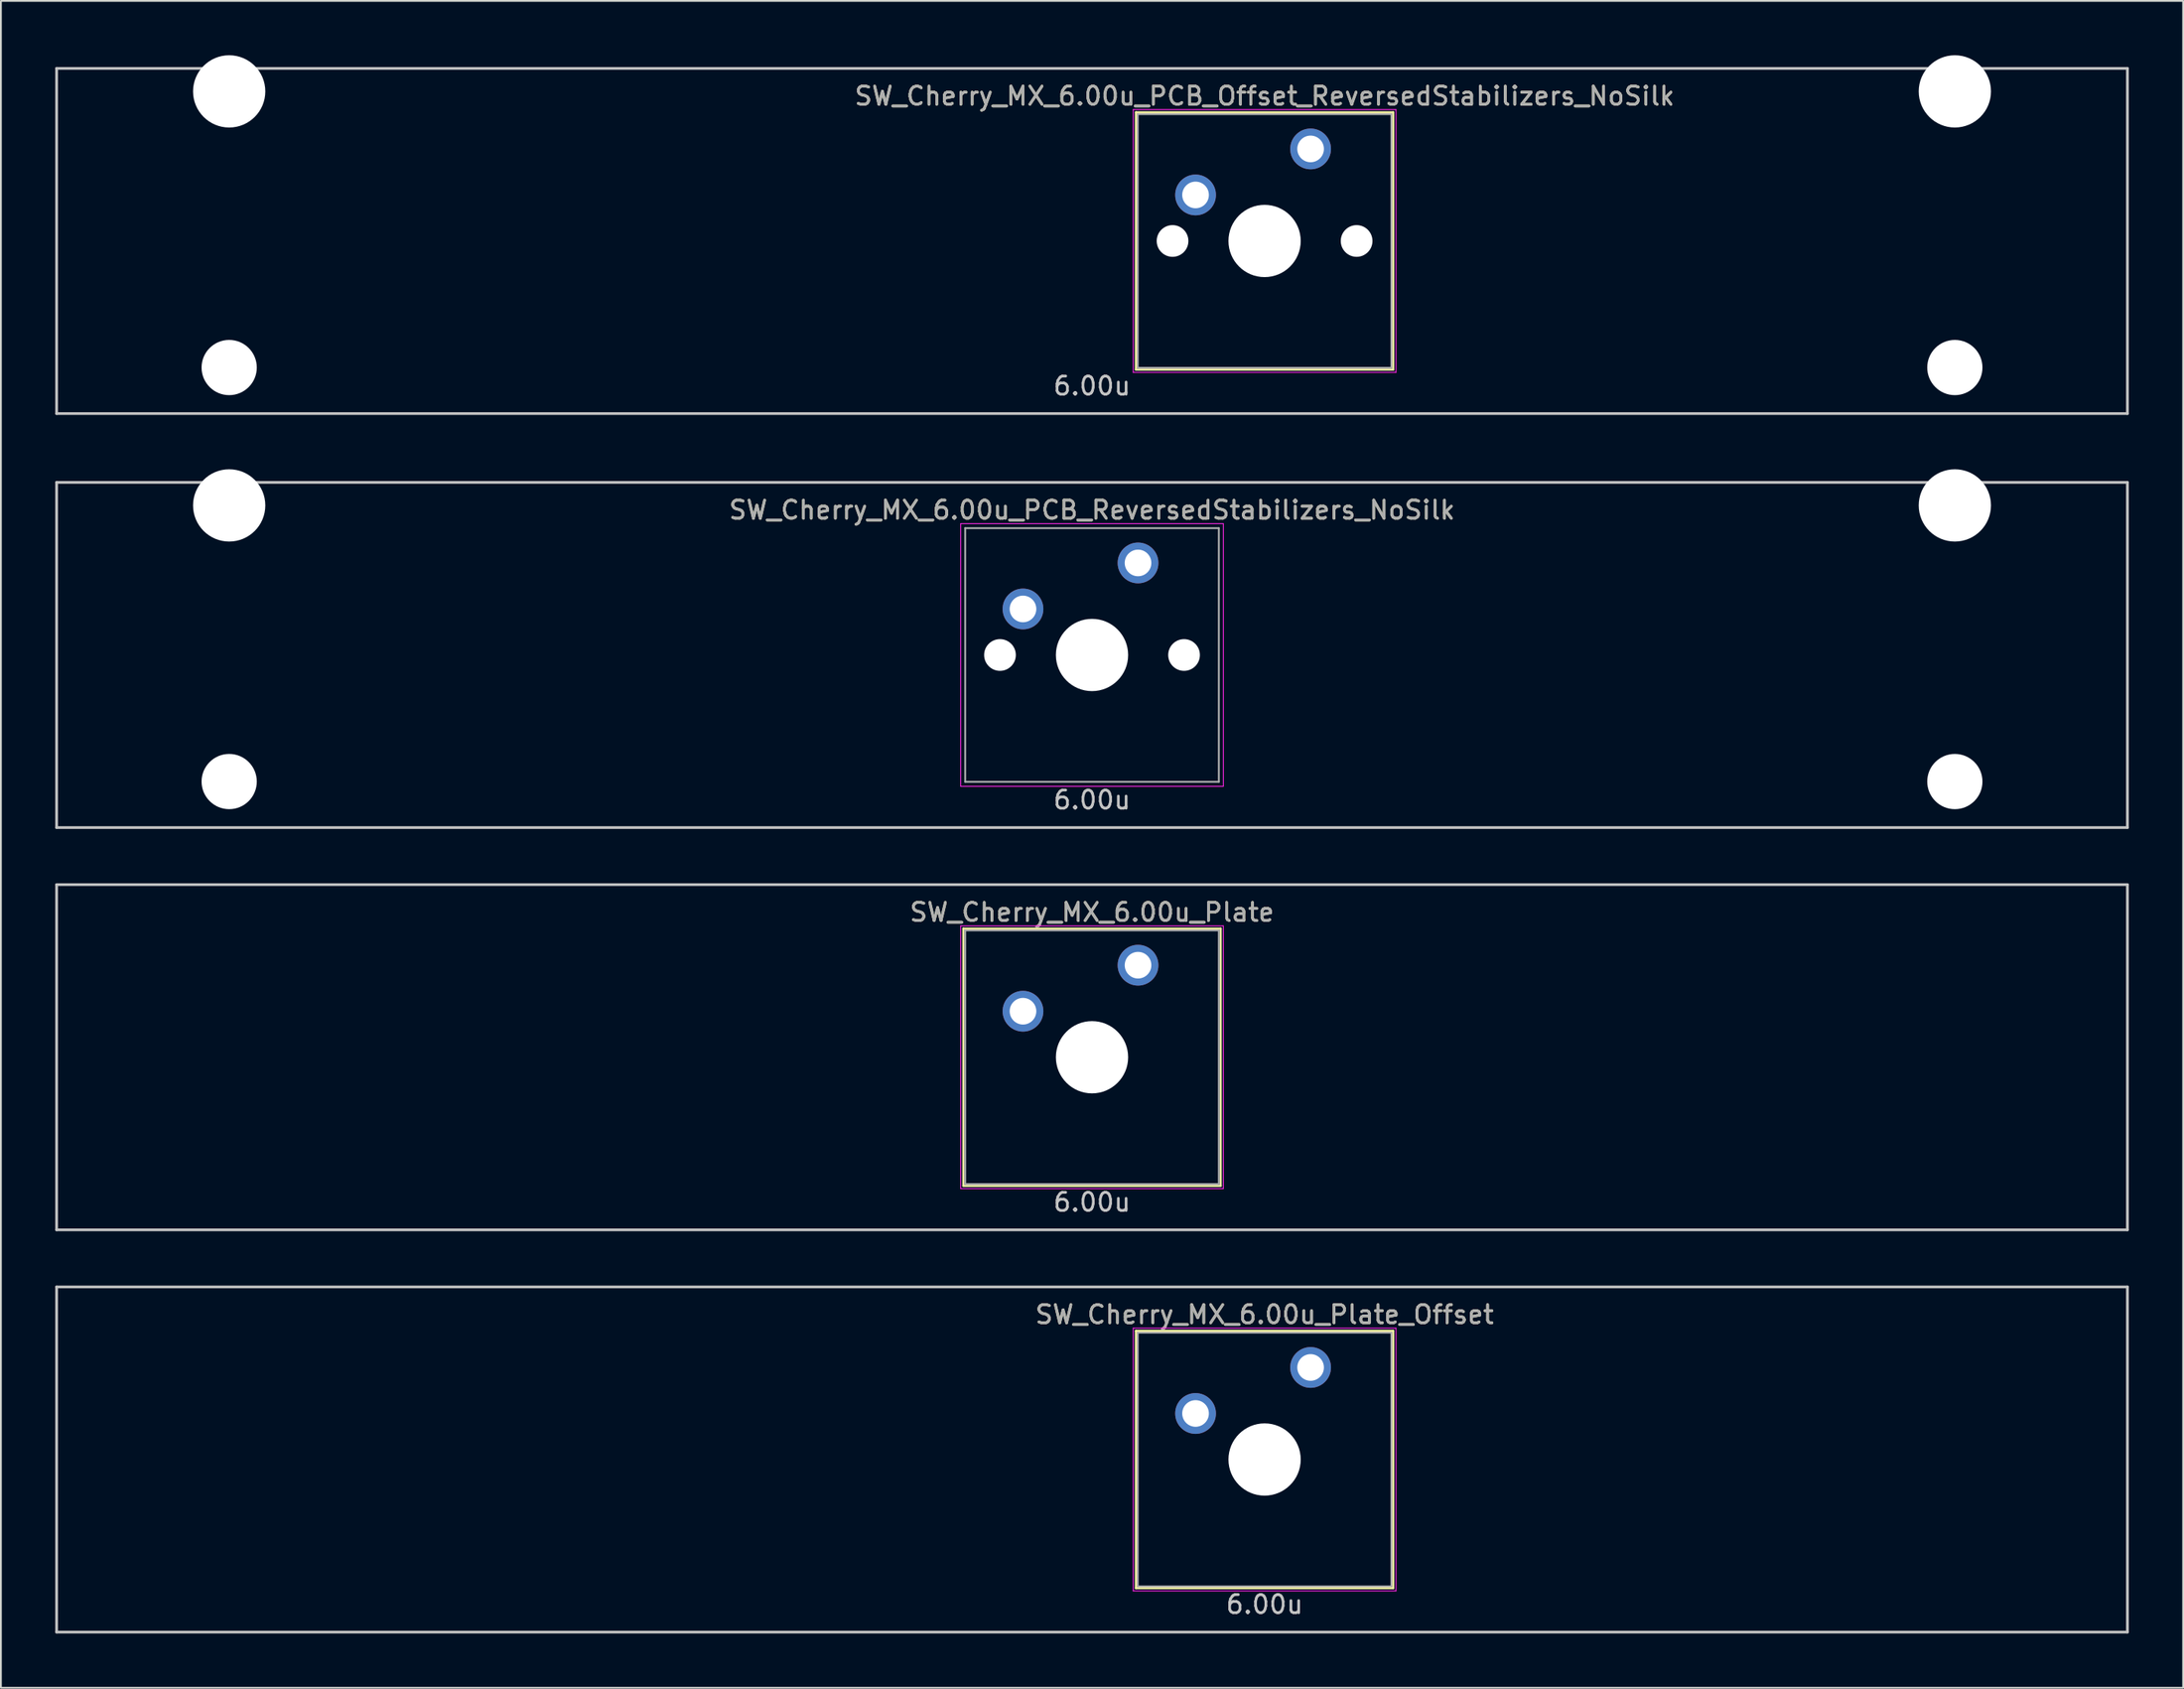
<source format=kicad_pcb>
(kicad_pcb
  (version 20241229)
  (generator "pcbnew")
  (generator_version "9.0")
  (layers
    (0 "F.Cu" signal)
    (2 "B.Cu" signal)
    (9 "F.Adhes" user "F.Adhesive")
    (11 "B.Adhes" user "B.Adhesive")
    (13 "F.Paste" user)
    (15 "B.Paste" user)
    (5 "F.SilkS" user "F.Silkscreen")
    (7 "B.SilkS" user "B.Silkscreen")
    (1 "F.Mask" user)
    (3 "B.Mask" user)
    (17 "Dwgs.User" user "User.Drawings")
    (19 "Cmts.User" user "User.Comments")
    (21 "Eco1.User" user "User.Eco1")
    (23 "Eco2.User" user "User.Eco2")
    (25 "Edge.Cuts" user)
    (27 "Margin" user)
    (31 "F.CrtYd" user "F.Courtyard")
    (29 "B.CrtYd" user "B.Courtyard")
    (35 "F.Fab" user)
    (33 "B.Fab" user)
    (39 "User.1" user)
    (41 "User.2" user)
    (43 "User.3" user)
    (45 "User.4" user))
  (footprint "SW_Cherry_MX_6.00u_Plate"
    (layer "F.Cu")
    (at 57.225 55.298)
    (property "Reference" "SW_Cherry_MX_6.00u_Plate" (at 0 -8 0) (layer "F.SilkS") (effects (font (size 1 1) (thickness 0.15))))
    (attr through_hole)
    (fp_line (start -7.1 -7.1) (end 7.1 -7.1) (stroke (width 0.12) (type solid)) (layer "F.SilkS"))
    (fp_line (start -7.1 7.1) (end -7.1 -7.1) (stroke (width 0.12) (type solid)) (layer "F.SilkS"))
    (fp_line (start 7.1 -7.1) (end 7.1 7.1) (stroke (width 0.12) (type solid)) (layer "F.SilkS"))
    (fp_line (start 7.1 7.1) (end -7.1 7.1) (stroke (width 0.12) (type solid)) (layer "F.SilkS"))
    (fp_line (start -57.15 -9.525) (end 57.15 -9.525) (stroke (width 0.15) (type solid)) (layer "Dwgs.User"))
    (fp_line (start -57.15 9.525) (end -57.15 -9.525) (stroke (width 0.15) (type solid)) (layer "Dwgs.User"))
    (fp_line (start -57.15 9.525) (end 57.15 9.525) (stroke (width 0.15) (type solid)) (layer "Dwgs.User"))
    (fp_line (start 57.15 -9.525) (end 57.15 9.525) (stroke (width 0.15) (type solid)) (layer "Dwgs.User"))
    (fp_line (start -7.25 -7.25) (end 7.25 -7.25) (stroke (width 0.05) (type solid)) (layer "F.CrtYd"))
    (fp_line (start -7.25 7.25) (end -7.25 -7.25) (stroke (width 0.05) (type solid)) (layer "F.CrtYd"))
    (fp_line (start 7.25 -7.25) (end 7.25 7.25) (stroke (width 0.05) (type solid)) (layer "F.CrtYd"))
    (fp_line (start 7.25 7.25) (end -7.25 7.25) (stroke (width 0.05) (type solid)) (layer "F.CrtYd"))
    (fp_line (start -7 -7) (end 7 -7) (stroke (width 0.1) (type solid)) (layer "F.Fab"))
    (fp_line (start -7 7) (end -7 -7) (stroke (width 0.1) (type solid)) (layer "F.Fab"))
    (fp_line (start 7 -7) (end 7 7) (stroke (width 0.1) (type solid)) (layer "F.Fab"))
    (fp_line (start 7 7) (end -7 7) (stroke (width 0.1) (type solid)) (layer "F.Fab"))
    (fp_text user "6.00u" (at 0 8 0) (layer "Dwgs.User") (effects (font (size 1 1) (thickness 0.15))))
    (fp_text user "${REFERENCE}" (at 0 -8 0) (layer "F.Fab") (effects (font (size 1 1) (thickness 0.15))))
    (pad "" np_thru_hole circle (at 0 0) (size 3.988 3.988) (drill 3.988) (layers "*.Cu" "*.Mask"))
    (pad "1" thru_hole circle (at -3.81 -2.54) (size 2.25 2.25) (drill 1.47) (layers "*.Cu" "B.Mask"))
    (pad "2" thru_hole circle (at 2.54 -5.08) (size 2.25 2.25) (drill 1.47) (layers "*.Cu" "B.Mask")))
  (footprint "SW_Cherry_MX_6.00u_PCB_ReversedStabilizers_NoSilk"
    (layer "F.Cu")
    (at 57.225 33.098)
    (property "Reference" "SW_Cherry_MX_6.00u_PCB_ReversedStabilizers_NoSilk" (at 0 -8 0) (layer "F.SilkS") (effects (font (size 1 1) (thickness 0.15))))
    (attr through_hole)
    (fp_line (start -57.15 -9.525) (end 57.15 -9.525) (stroke (width 0.15) (type solid)) (layer "Dwgs.User"))
    (fp_line (start -57.15 9.525) (end -57.15 -9.525) (stroke (width 0.15) (type solid)) (layer "Dwgs.User"))
    (fp_line (start -57.15 9.525) (end 57.15 9.525) (stroke (width 0.15) (type solid)) (layer "Dwgs.User"))
    (fp_line (start 57.15 -9.525) (end 57.15 9.525) (stroke (width 0.15) (type solid)) (layer "Dwgs.User"))
    (fp_line (start -7.25 -7.25) (end 7.25 -7.25) (stroke (width 0.05) (type solid)) (layer "F.CrtYd"))
    (fp_line (start -7.25 7.25) (end -7.25 -7.25) (stroke (width 0.05) (type solid)) (layer "F.CrtYd"))
    (fp_line (start 7.25 -7.25) (end 7.25 7.25) (stroke (width 0.05) (type solid)) (layer "F.CrtYd"))
    (fp_line (start 7.25 7.25) (end -7.25 7.25) (stroke (width 0.05) (type solid)) (layer "F.CrtYd"))
    (fp_line (start -7 -7) (end 7 -7) (stroke (width 0.1) (type solid)) (layer "F.Fab"))
    (fp_line (start -7 7) (end -7 -7) (stroke (width 0.1) (type solid)) (layer "F.Fab"))
    (fp_line (start 7 -7) (end 7 7) (stroke (width 0.1) (type solid)) (layer "F.Fab"))
    (fp_line (start 7 7) (end -7 7) (stroke (width 0.1) (type solid)) (layer "F.Fab"))
    (fp_text user "6.00u" (at 0 8 0) (layer "Dwgs.User") (effects (font (size 1 1) (thickness 0.15))))
    (fp_text user "${REFERENCE}" (at 0 -8 0) (layer "F.Fab") (effects (font (size 1 1) (thickness 0.15))))
    (pad "" np_thru_hole circle (at -47.625 -8.255) (size 3.988 3.988) (drill 3.988) (layers "*.Cu" "*.Mask"))
    (pad "" np_thru_hole circle (at -47.625 6.985) (size 3.048 3.048) (drill 3.048) (layers "*.Cu" "*.Mask"))
    (pad "" np_thru_hole circle (at -5.08 0 48.1) (size 1.75 1.75) (drill 1.75) (layers "*.Cu" "*.Mask"))
    (pad "" np_thru_hole circle (at 0 0) (size 3.988 3.988) (drill 3.988) (layers "*.Cu" "*.Mask"))
    (pad "" np_thru_hole circle (at 5.08 0 48.1) (size 1.75 1.75) (drill 1.75) (layers "*.Cu" "*.Mask"))
    (pad "" np_thru_hole circle (at 47.625 -8.255) (size 3.988 3.988) (drill 3.988) (layers "*.Cu" "*.Mask"))
    (pad "" np_thru_hole circle (at 47.625 6.985) (size 3.048 3.048) (drill 3.048) (layers "*.Cu" "*.Mask"))
    (pad "1" thru_hole circle (at -3.81 -2.54) (size 2.25 2.25) (drill 1.47) (layers "*.Cu" "B.Mask"))
    (pad "2" thru_hole circle (at 2.54 -5.08) (size 2.25 2.25) (drill 1.47) (layers "*.Cu" "B.Mask")))
  (footprint "SW_Cherry_MX_6.00u_PCB_Offset_ReversedStabilizers_NoSilk"
    (layer "F.Cu")
    (at 57.225 10.249)
    (property "Reference" "SW_Cherry_MX_6.00u_PCB_Offset_ReversedStabilizers_NoSilk" (at 9.525 -8 0) (layer "F.SilkS") (effects (font (size 1 1) (thickness 0.15))))
    (attr through_hole)
    (fp_line (start 2.425 -7.1) (end 16.625 -7.1) (stroke (width 0.12) (type solid)) (layer "F.SilkS"))
    (fp_line (start 2.425 7.1) (end 2.425 -7.1) (stroke (width 0.12) (type solid)) (layer "F.SilkS"))
    (fp_line (start 16.625 -7.1) (end 16.625 7.1) (stroke (width 0.12) (type solid)) (layer "F.SilkS"))
    (fp_line (start 16.625 7.1) (end 2.425 7.1) (stroke (width 0.12) (type solid)) (layer "F.SilkS"))
    (fp_line (start -57.15 -9.525) (end 57.15 -9.525) (stroke (width 0.15) (type solid)) (layer "Dwgs.User"))
    (fp_line (start -57.15 9.525) (end -57.15 -9.525) (stroke (width 0.15) (type solid)) (layer "Dwgs.User"))
    (fp_line (start -57.15 9.525) (end 57.15 9.525) (stroke (width 0.15) (type solid)) (layer "Dwgs.User"))
    (fp_line (start 57.15 -9.525) (end 57.15 9.525) (stroke (width 0.15) (type solid)) (layer "Dwgs.User"))
    (fp_line (start 2.275 -7.25) (end 16.775 -7.25) (stroke (width 0.05) (type solid)) (layer "F.CrtYd"))
    (fp_line (start 2.275 7.25) (end 2.275 -7.25) (stroke (width 0.05) (type solid)) (layer "F.CrtYd"))
    (fp_line (start 16.775 -7.25) (end 16.775 7.25) (stroke (width 0.05) (type solid)) (layer "F.CrtYd"))
    (fp_line (start 16.775 7.25) (end 2.275 7.25) (stroke (width 0.05) (type solid)) (layer "F.CrtYd"))
    (fp_line (start 2.525 -7) (end 16.525 -7) (stroke (width 0.1) (type solid)) (layer "F.Fab"))
    (fp_line (start 2.525 7) (end 2.525 -7) (stroke (width 0.1) (type solid)) (layer "F.Fab"))
    (fp_line (start 16.525 -7) (end 16.525 7) (stroke (width 0.1) (type solid)) (layer "F.Fab"))
    (fp_line (start 16.525 7) (end 2.525 7) (stroke (width 0.1) (type solid)) (layer "F.Fab"))
    (fp_text user "6.00u" (at 0 8 0) (layer "Dwgs.User") (effects (font (size 1 1) (thickness 0.15))))
    (fp_text user "${REFERENCE}" (at 9.525 -8 0) (layer "F.Fab") (effects (font (size 1 1) (thickness 0.15))))
    (pad "" np_thru_hole circle (at -47.625 -8.255) (size 3.988 3.988) (drill 3.988) (layers "*.Cu" "*.Mask"))
    (pad "" np_thru_hole circle (at -47.625 6.985) (size 3.048 3.048) (drill 3.048) (layers "*.Cu" "*.Mask"))
    (pad "" np_thru_hole circle (at 4.445 0 48.1) (size 1.75 1.75) (drill 1.75) (layers "*.Cu" "*.Mask"))
    (pad "" np_thru_hole circle (at 9.525 0) (size 3.988 3.988) (drill 3.988) (layers "*.Cu" "*.Mask"))
    (pad "" np_thru_hole circle (at 14.605 0 48.1) (size 1.75 1.75) (drill 1.75) (layers "*.Cu" "*.Mask"))
    (pad "" np_thru_hole circle (at 47.625 -8.255) (size 3.988 3.988) (drill 3.988) (layers "*.Cu" "*.Mask"))
    (pad "" np_thru_hole circle (at 47.625 6.985) (size 3.048 3.048) (drill 3.048) (layers "*.Cu" "*.Mask"))
    (pad "1" thru_hole circle (at 5.715 -2.54) (size 2.25 2.25) (drill 1.47) (layers "*.Cu" "B.Mask"))
    (pad "2" thru_hole circle (at 12.065 -5.08) (size 2.25 2.25) (drill 1.47) (layers "*.Cu" "B.Mask")))
  (footprint "SW_Cherry_MX_6.00u_Plate_Offset"
    (layer "F.Cu")
    (at 57.225 77.498)
    (property "Reference" "SW_Cherry_MX_6.00u_Plate_Offset" (at 9.525 -8 0) (layer "F.SilkS") (effects (font (size 1 1) (thickness 0.15))))
    (attr through_hole)
    (fp_line (start 2.425 -7.1) (end 16.625 -7.1) (stroke (width 0.12) (type solid)) (layer "F.SilkS"))
    (fp_line (start 2.425 7.1) (end 2.425 -7.1) (stroke (width 0.12) (type solid)) (layer "F.SilkS"))
    (fp_line (start 16.625 -7.1) (end 16.625 7.1) (stroke (width 0.12) (type solid)) (layer "F.SilkS"))
    (fp_line (start 16.625 7.1) (end 2.425 7.1) (stroke (width 0.12) (type solid)) (layer "F.SilkS"))
    (fp_line (start -57.15 -9.525) (end 57.15 -9.525) (stroke (width 0.15) (type solid)) (layer "Dwgs.User"))
    (fp_line (start -57.15 9.525) (end -57.15 -9.525) (stroke (width 0.15) (type solid)) (layer "Dwgs.User"))
    (fp_line (start -57.15 9.525) (end 57.15 9.525) (stroke (width 0.15) (type solid)) (layer "Dwgs.User"))
    (fp_line (start 57.15 -9.525) (end 57.15 9.525) (stroke (width 0.15) (type solid)) (layer "Dwgs.User"))
    (fp_line (start 2.275 -7.25) (end 16.775 -7.25) (stroke (width 0.05) (type solid)) (layer "F.CrtYd"))
    (fp_line (start 2.275 7.25) (end 2.275 -7.25) (stroke (width 0.05) (type solid)) (layer "F.CrtYd"))
    (fp_line (start 16.775 -7.25) (end 16.775 7.25) (stroke (width 0.05) (type solid)) (layer "F.CrtYd"))
    (fp_line (start 16.775 7.25) (end 2.275 7.25) (stroke (width 0.05) (type solid)) (layer "F.CrtYd"))
    (fp_line (start 2.525 -7) (end 16.525 -7) (stroke (width 0.1) (type solid)) (layer "F.Fab"))
    (fp_line (start 2.525 7) (end 2.525 -7) (stroke (width 0.1) (type solid)) (layer "F.Fab"))
    (fp_line (start 16.525 -7) (end 16.525 7) (stroke (width 0.1) (type solid)) (layer "F.Fab"))
    (fp_line (start 16.525 7) (end 2.525 7) (stroke (width 0.1) (type solid)) (layer "F.Fab"))
    (fp_text user "6.00u" (at 9.525 8 0) (layer "Dwgs.User") (effects (font (size 1 1) (thickness 0.15))))
    (fp_text user "${REFERENCE}" (at 9.525 -8 0) (layer "F.Fab") (effects (font (size 1 1) (thickness 0.15))))
    (pad "" np_thru_hole circle (at 9.525 0) (size 3.988 3.988) (drill 3.988) (layers "*.Cu" "*.Mask"))
    (pad "1" thru_hole circle (at 5.715 -2.54) (size 2.25 2.25) (drill 1.47) (layers "*.Cu" "B.Mask"))
    (pad "2" thru_hole circle (at 12.065 -5.08) (size 2.25 2.25) (drill 1.47) (layers "*.Cu" "B.Mask")))
  (gr_rect
    (start -3 -3)
    (end 117.45 90.098)
    (stroke (width 0.1) (type default))
    (fill no)
    (layer "Edge.Cuts")))
</source>
